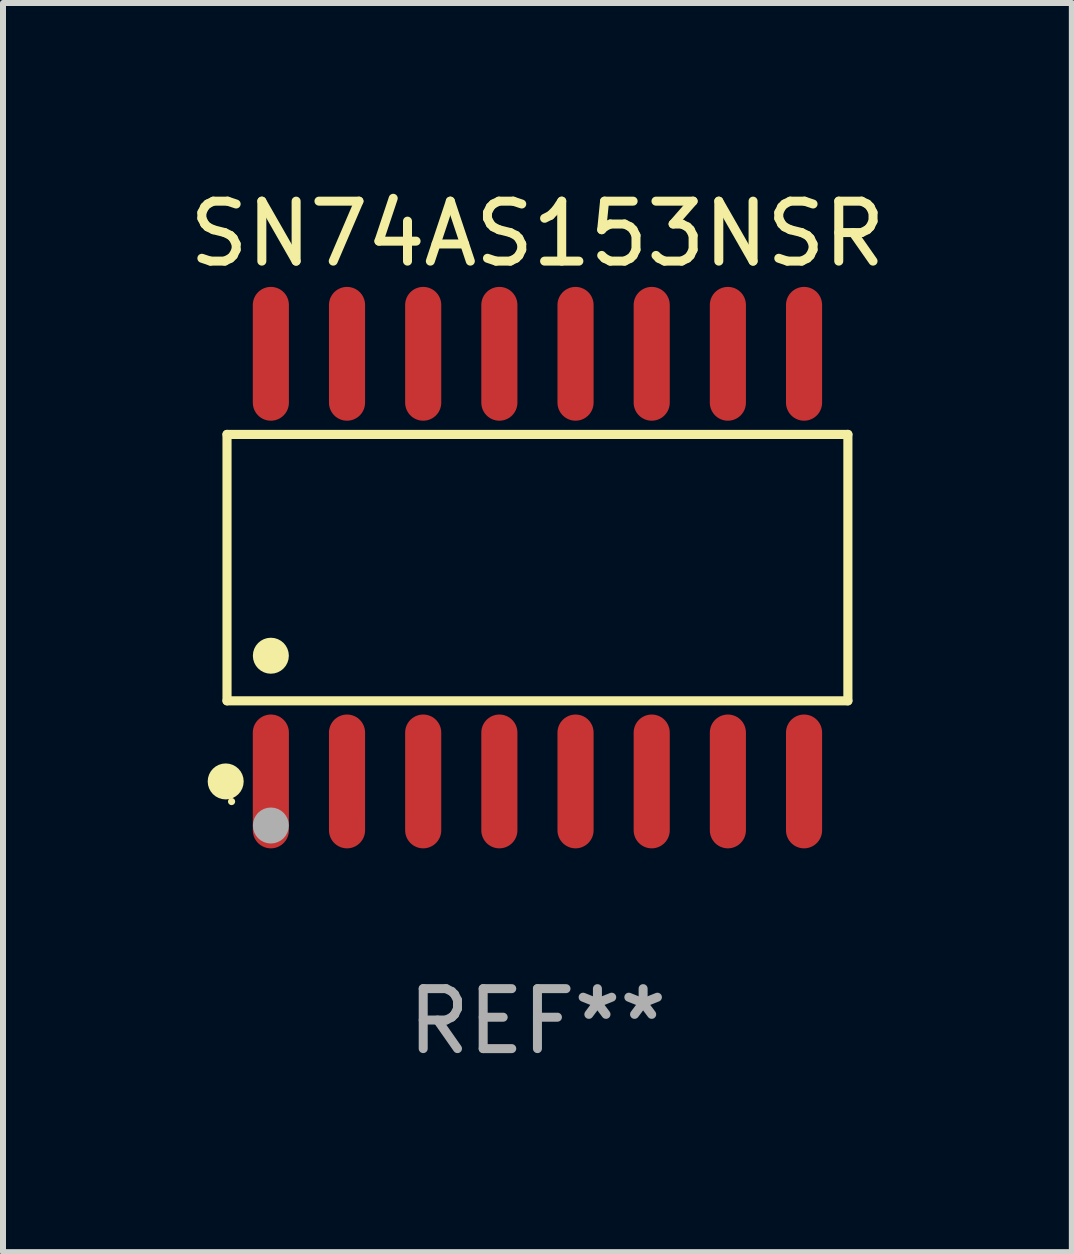
<source format=kicad_pcb>
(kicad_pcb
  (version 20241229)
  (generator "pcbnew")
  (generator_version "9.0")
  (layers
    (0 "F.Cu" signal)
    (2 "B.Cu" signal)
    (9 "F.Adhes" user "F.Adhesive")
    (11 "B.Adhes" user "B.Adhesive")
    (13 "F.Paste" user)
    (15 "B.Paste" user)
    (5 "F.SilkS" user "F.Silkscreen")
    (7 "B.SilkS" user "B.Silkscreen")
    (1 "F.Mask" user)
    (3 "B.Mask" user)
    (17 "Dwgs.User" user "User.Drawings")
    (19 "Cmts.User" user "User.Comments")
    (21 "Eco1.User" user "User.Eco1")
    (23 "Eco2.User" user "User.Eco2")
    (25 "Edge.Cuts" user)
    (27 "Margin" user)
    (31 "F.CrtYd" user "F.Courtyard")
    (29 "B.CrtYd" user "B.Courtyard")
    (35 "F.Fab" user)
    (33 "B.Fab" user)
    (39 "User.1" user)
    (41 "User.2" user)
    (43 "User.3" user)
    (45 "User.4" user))
  (footprint "SN74AS153NSR"
    (layer "F.Cu")
    (at 5.911 6.414)
    (property "Reference" "SN74AS153NSR" (at 0 -5.565 0) (layer "F.SilkS") (effects (font (size 1 1) (thickness 0.15))))
    (attr through_hole)
    (fp_line (start -5.176 -2.221) (end 5.176 -2.221) (stroke (width 0.152) (type solid)) (layer "F.SilkS"))
    (fp_line (start -5.176 2.221) (end -5.176 -2.221) (stroke (width 0.152) (type solid)) (layer "F.SilkS"))
    (fp_line (start 5.176 -2.221) (end 5.176 2.221) (stroke (width 0.152) (type solid)) (layer "F.SilkS"))
    (fp_line (start 5.176 2.221) (end -5.176 2.221) (stroke (width 0.152) (type solid)) (layer "F.SilkS"))
    (fp_circle (center -5.198 3.565) (end -5.048 3.565) (stroke (width 0.3) (type solid)) (fill no) (layer "F.SilkS"))
    (fp_circle (center -5.1 3.9) (end -5.07 3.9) (stroke (width 0.06) (type solid)) (fill no) (layer "F.SilkS"))
    (fp_circle (center -4.445 1.469) (end -4.295 1.469) (stroke (width 0.3) (type solid)) (fill no) (layer "F.SilkS"))
    (fp_circle (center -4.445 4.3) (end -4.295 4.3) (stroke (width 0.3) (type solid)) (fill no) (layer "F.Fab"))
    (fp_text user "REF**" (at 0 7.565 0) (layer "F.Fab") (effects (font (size 1 1) (thickness 0.15))))
    (pad "1" smd oval (at -4.445 3.565) (size 0.602 2.231) (layers "F.Cu" "F.Mask" "F.Paste"))
    (pad "2" smd oval (at -3.175 3.565) (size 0.602 2.231) (layers "F.Cu" "F.Mask" "F.Paste"))
    (pad "3" smd oval (at -1.905 3.565) (size 0.602 2.231) (layers "F.Cu" "F.Mask" "F.Paste"))
    (pad "4" smd oval (at -0.635 3.565) (size 0.602 2.231) (layers "F.Cu" "F.Mask" "F.Paste"))
    (pad "5" smd oval (at 0.635 3.565) (size 0.602 2.231) (layers "F.Cu" "F.Mask" "F.Paste"))
    (pad "6" smd oval (at 1.905 3.565) (size 0.602 2.231) (layers "F.Cu" "F.Mask" "F.Paste"))
    (pad "7" smd oval (at 3.175 3.565) (size 0.602 2.231) (layers "F.Cu" "F.Mask" "F.Paste"))
    (pad "8" smd oval (at 4.445 3.565) (size 0.602 2.231) (layers "F.Cu" "F.Mask" "F.Paste"))
    (pad "9" smd oval (at 4.445 -3.565) (size 0.602 2.231) (layers "F.Cu" "F.Mask" "F.Paste"))
    (pad "10" smd oval (at 3.175 -3.565) (size 0.602 2.231) (layers "F.Cu" "F.Mask" "F.Paste"))
    (pad "11" smd oval (at 1.905 -3.565) (size 0.602 2.231) (layers "F.Cu" "F.Mask" "F.Paste"))
    (pad "12" smd oval (at 0.635 -3.565) (size 0.602 2.231) (layers "F.Cu" "F.Mask" "F.Paste"))
    (pad "13" smd oval (at -0.635 -3.565) (size 0.602 2.231) (layers "F.Cu" "F.Mask" "F.Paste"))
    (pad "14" smd oval (at -1.905 -3.565) (size 0.602 2.231) (layers "F.Cu" "F.Mask" "F.Paste"))
    (pad "15" smd oval (at -3.175 -3.565) (size 0.602 2.231) (layers "F.Cu" "F.Mask" "F.Paste"))
    (pad "16" smd oval (at -4.445 -3.565) (size 0.602 2.231) (layers "F.Cu" "F.Mask" "F.Paste")))
  (gr_rect
    (start -3 -3)
    (end 14.821 17.827)
    (stroke (width 0.1) (type default))
    (fill no)
    (layer "Edge.Cuts")))
</source>
